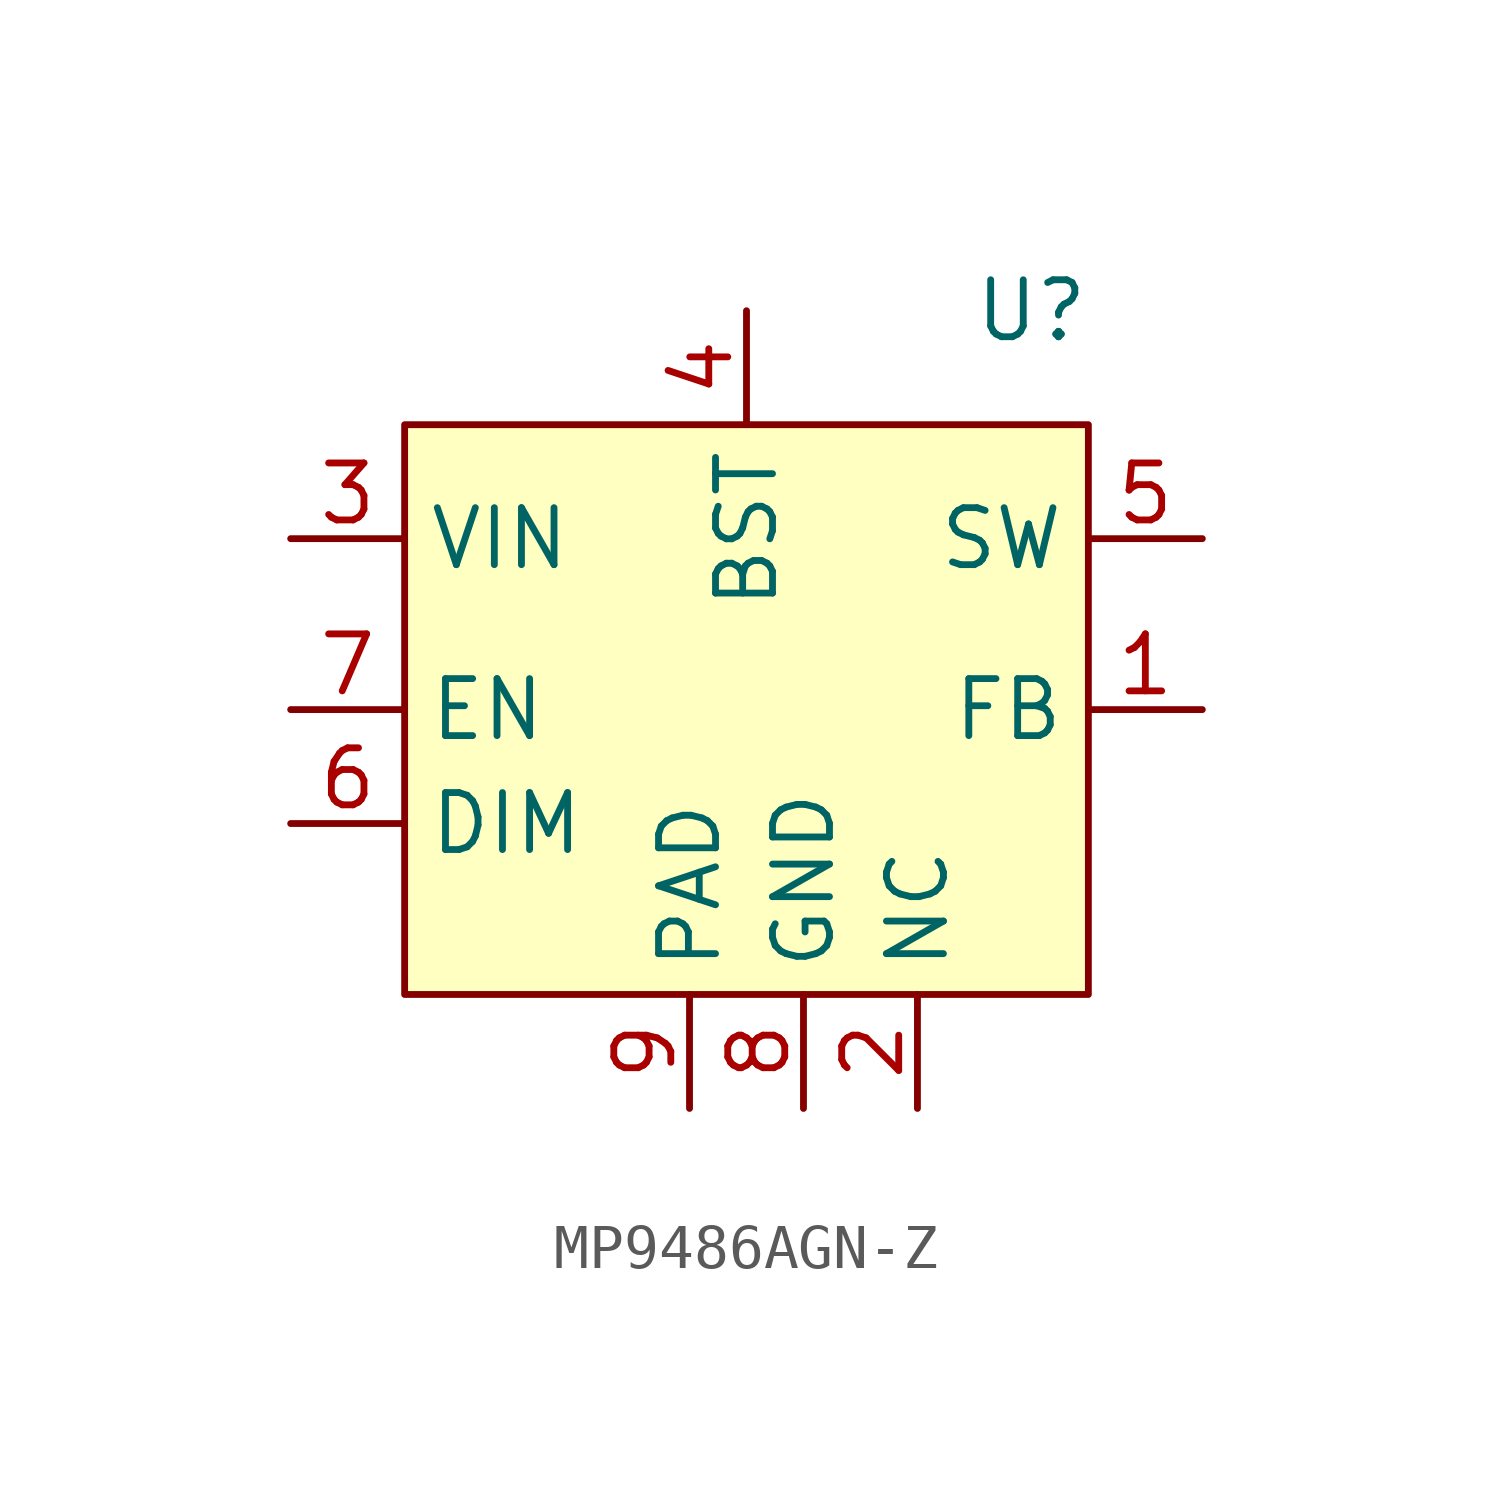
<source format=kicad_sym>
(kicad_symbol_lib
  (version 20220914)
  (generator kicad_symbol_editor)
  (symbol "MP9486AGN-Z"
    (property "Reference" "U"
      (at 6.35 6.35 0)
      (effects (font (size 1.27 1.27))))
    (property "Value" ""
      (at 0 0 0)
      (effects (font (size 1.27 1.27))))
    (symbol "MP9486AGN-Z_1_1"
      (rectangle (start -7.62 3.81) (end 7.62 -8.89) (stroke (width 0) (type default)) (fill (type background)))
      (pin input line (at 10.16 -2.54 180) (length 2.54) (name "FB" (effects (font (size 1.27 1.27)))) (number "1" (effects (font (size 1.27 1.27)))))
      (pin input line (at 3.81 -11.43 90) (length 2.54) (name "NC" (effects (font (size 1.27 1.27)))) (number "2" (effects (font (size 1.27 1.27)))))
      (pin input line (at -10.16 1.27 0) (length 2.54) (name "VIN" (effects (font (size 1.27 1.27)))) (number "3" (effects (font (size 1.27 1.27)))))
      (pin input line (at 0 6.35 270) (length 2.54) (name "BST" (effects (font (size 1.27 1.27)))) (number "4" (effects (font (size 1.27 1.27)))))
      (pin input line (at 10.16 1.27 180) (length 2.54) (name "SW" (effects (font (size 1.27 1.27)))) (number "5" (effects (font (size 1.27 1.27)))))
      (pin input line (at -10.16 -5.08 0) (length 2.54) (name "DIM" (effects (font (size 1.27 1.27)))) (number "6" (effects (font (size 1.27 1.27)))))
      (pin input line (at -10.16 -2.54 0) (length 2.54) (name "EN" (effects (font (size 1.27 1.27)))) (number "7" (effects (font (size 1.27 1.27)))))
      (pin input line (at 1.27 -11.43 90) (length 2.54) (name "GND" (effects (font (size 1.27 1.27)))) (number "8" (effects (font (size 1.27 1.27)))))
      (pin input line (at -1.27 -11.43 90) (length 2.54) (name "PAD" (effects (font (size 1.27 1.27)))) (number "9" (effects (font (size 1.27 1.27))))))))
</source>
